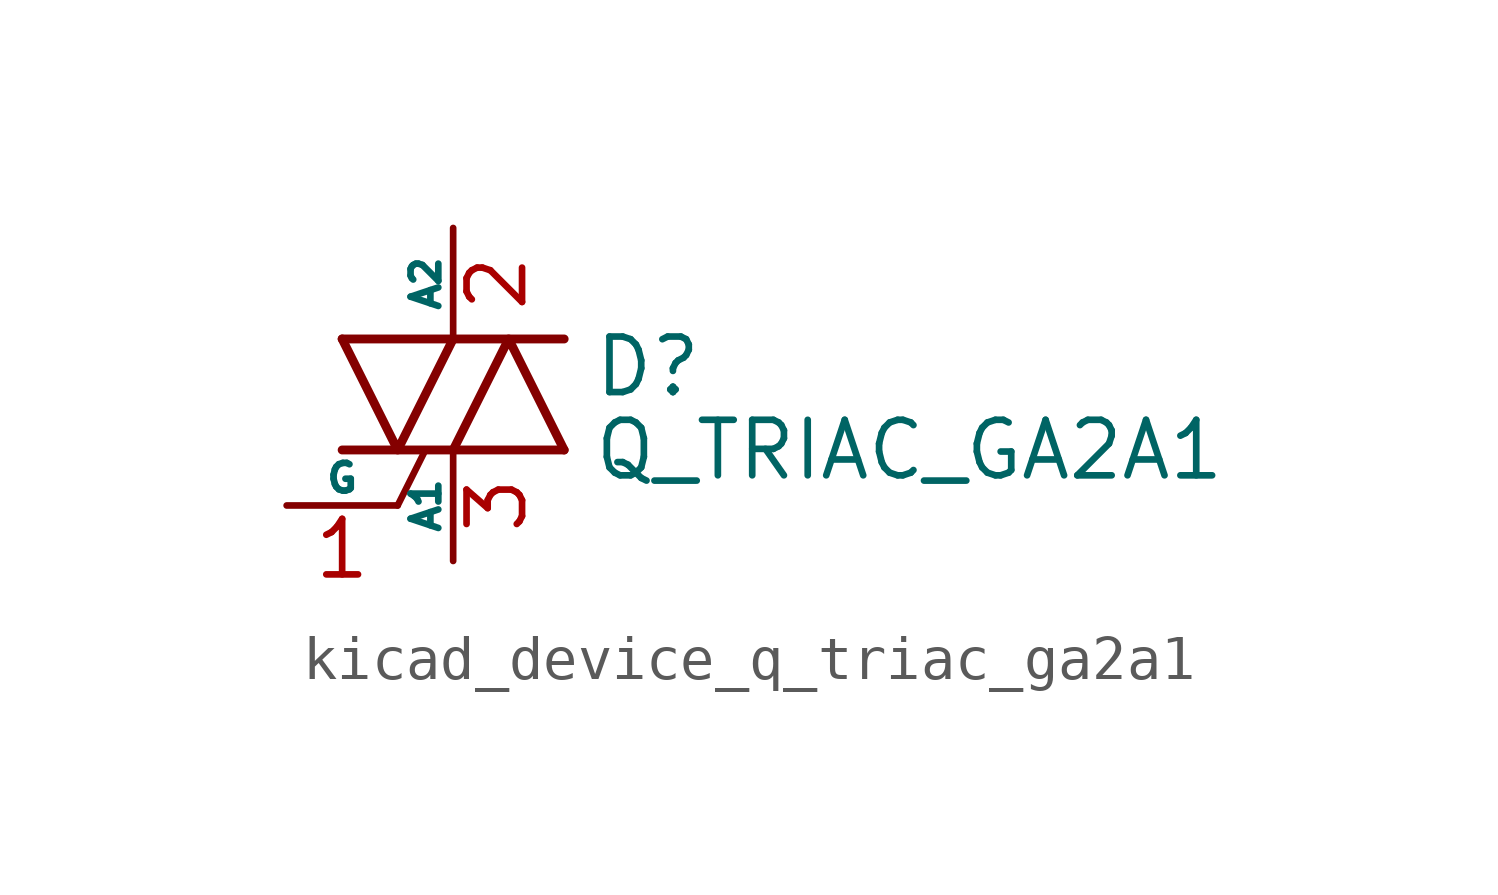
<source format=kicad_sym>
(kicad_symbol_lib
  (version 20220914)
  (generator kicad_symbol_editor)
  (symbol "kicad_device_q_triac_ga2a1"
    (pin_names
      (offset 0))
    (property "Reference" "D"
      (at 3.175 0.635 0)
      (effects (font (size 1.27 1.27)) (justify left)))
    (property "Value" "Q_TRIAC_GA2A1"
      (at 3.175 -1.27 0)
      (effects (font (size 1.27 1.27)) (justify left)))
    (symbol "kicad_device_q_triac_ga2a1_0_1"
      (polyline (pts (xy -2.54 -1.27) (xy 2.54 -1.27)) (stroke (width 0.203) (type default)) (fill (type none)))
      (polyline (pts (xy -2.54 1.27) (xy 2.54 1.27)) (stroke (width 0.203) (type default)) (fill (type none)))
      (polyline (pts (xy -1.27 -2.54) (xy -0.635 -1.27)) (stroke (width 0) (type default)) (fill (type none)))
      (polyline (pts (xy -2.54 1.27) (xy -1.27 -1.27) (xy 0 1.27)) (stroke (width 0.203) (type default)) (fill (type none)))
      (polyline (pts (xy 0 -1.27) (xy 1.27 1.27) (xy 2.54 -1.27)) (stroke (width 0.203) (type default)) (fill (type none))))
    (symbol "kicad_device_q_triac_ga2a1_1_1"
      (pin input line (at -3.81 -2.54 0) (length 2.54) (name "G" (effects (font (size 0.635 0.635)))) (number "1" (effects (font (size 1.27 1.27)))))
      (pin passive line (at 0 3.81 270) (length 2.54) (name "A2" (effects (font (size 0.635 0.635)))) (number "2" (effects (font (size 1.27 1.27)))))
      (pin passive line (at 0 -3.81 90) (length 2.54) (name "A1" (effects (font (size 0.635 0.635)))) (number "3" (effects (font (size 1.27 1.27))))))))
</source>
